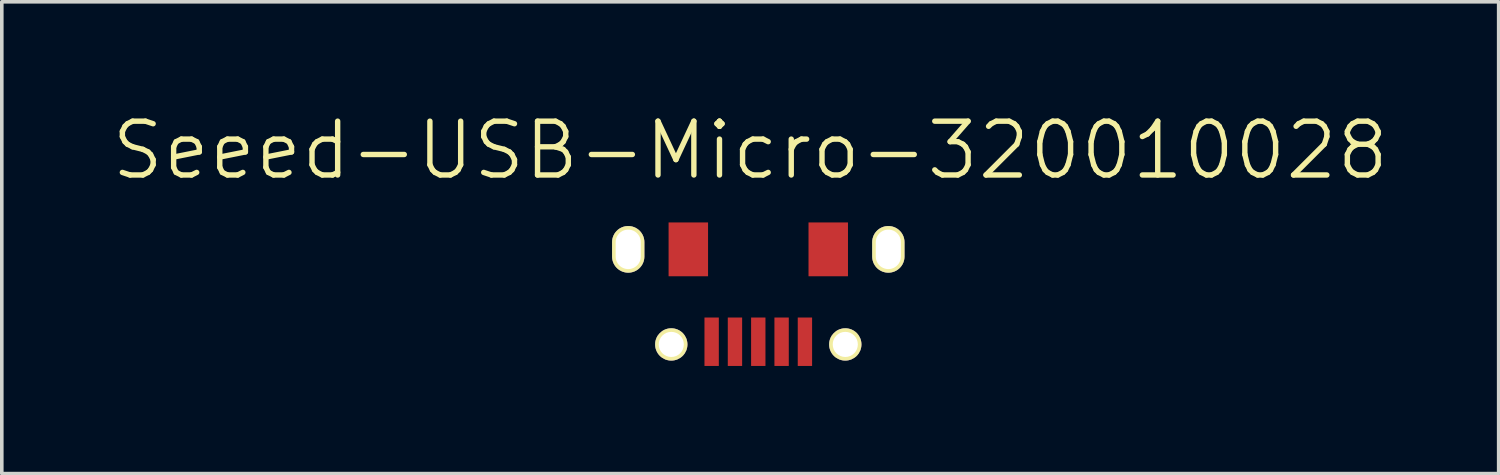
<source format=kicad_pcb>
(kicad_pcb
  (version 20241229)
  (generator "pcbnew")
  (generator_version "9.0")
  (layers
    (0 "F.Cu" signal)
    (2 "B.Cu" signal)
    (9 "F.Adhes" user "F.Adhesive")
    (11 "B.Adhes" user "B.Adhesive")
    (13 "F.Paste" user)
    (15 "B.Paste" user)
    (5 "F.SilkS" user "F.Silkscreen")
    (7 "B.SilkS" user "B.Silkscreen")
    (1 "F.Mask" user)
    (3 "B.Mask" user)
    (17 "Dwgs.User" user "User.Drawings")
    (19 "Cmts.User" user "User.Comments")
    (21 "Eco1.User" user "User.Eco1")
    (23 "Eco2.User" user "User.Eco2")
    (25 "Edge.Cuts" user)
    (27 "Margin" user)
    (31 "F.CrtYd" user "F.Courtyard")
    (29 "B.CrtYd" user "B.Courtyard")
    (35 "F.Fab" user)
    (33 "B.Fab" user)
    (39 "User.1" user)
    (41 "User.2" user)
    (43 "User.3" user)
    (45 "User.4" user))
  (footprint "Seeed-USB-Micro-320010028"
    (layer "F.Cu")
    (at 18.085 3.9)
    (property "Reference" "Seeed-USB-Micro-320010028" (at -0.224 -2.759 0) (layer "F.SilkS") (effects (font (size 1.5 1.5) (thickness 0.15))))
    (attr through_hole)
    (pad "1" smd rect (at 1.3 2.575) (size 0.4 1.35) (layers "F.Cu" "F.Mask" "F.Paste"))
    (pad "2" smd rect (at 0.65 2.575) (size 0.4 1.35) (layers "F.Cu" "F.Mask" "F.Paste"))
    (pad "3" smd rect (at 0 2.575) (size 0.4 1.35) (layers "F.Cu" "F.Mask" "F.Paste"))
    (pad "4" smd rect (at -0.65 2.575) (size 0.4 1.35) (layers "F.Cu" "F.Mask" "F.Paste"))
    (pad "5" smd rect (at -1.3 2.575) (size 0.4 1.35) (layers "F.Cu" "F.Mask" "F.Paste"))
    (pad "6" smd rect (at 1.95 0) (size 1.1 1.5) (layers "F.Cu" "F.Mask" "F.Paste"))
    (pad "7" smd rect (at -1.95 0) (size 1.1 1.5) (layers "F.Cu" "F.Mask" "F.Paste"))
    (pad "8" thru_hole oval (at -3.625 0) (size 0.9 1.3) (drill oval 0.7 1.1) (layers "*.Cu" "*.Mask" "F.SilkS"))
    (pad "9" thru_hole oval (at 3.625 0) (size 0.9 1.3) (drill oval 0.7 1.1) (layers "*.Cu" "*.Mask" "F.SilkS"))
    (pad "10" thru_hole circle (at -2.425 2.65) (size 0.9 0.9) (drill 0.7) (layers "*.Cu" "*.Mask" "F.SilkS"))
    (pad "11" thru_hole circle (at 2.425 2.65) (size 0.9 0.9) (drill 0.7) (layers "*.Cu" "*.Mask" "F.SilkS")))
  (gr_rect
    (start -3 -3)
    (end 38.721 10.15)
    (stroke (width 0.1) (type default))
    (fill no)
    (layer "Edge.Cuts")))
</source>
